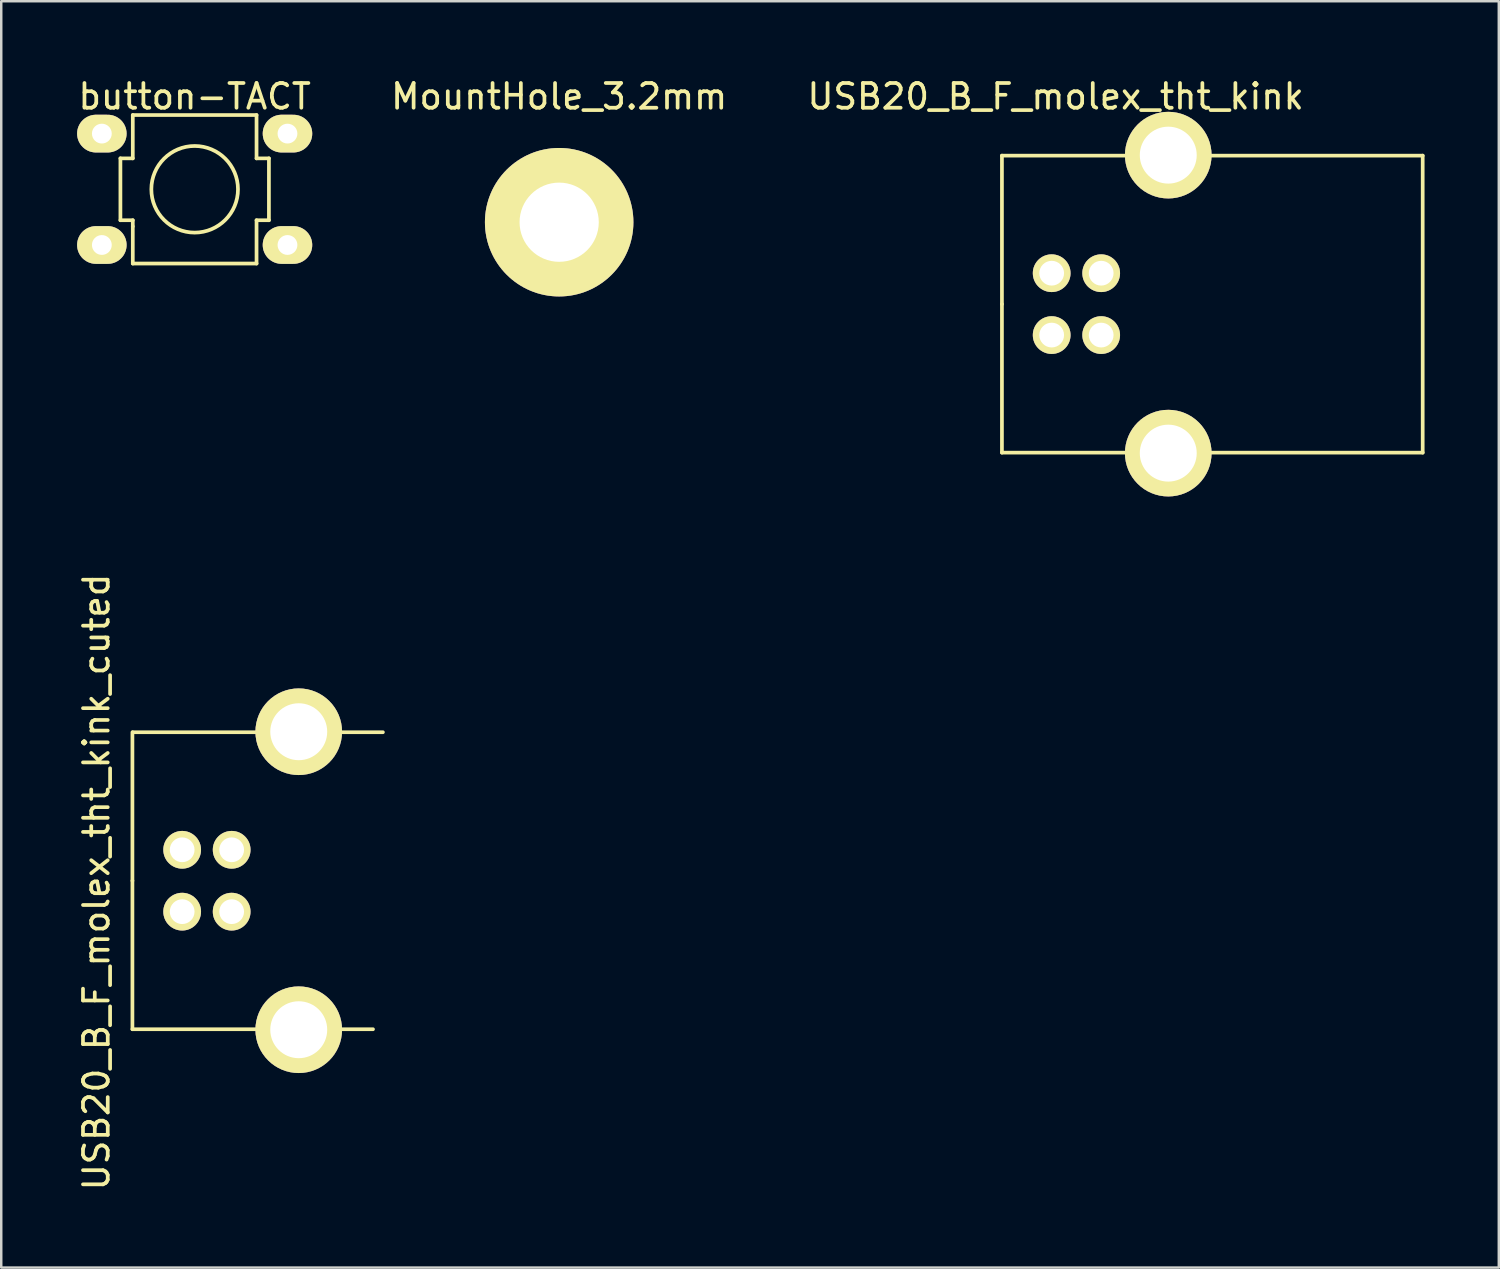
<source format=kicad_pcb>
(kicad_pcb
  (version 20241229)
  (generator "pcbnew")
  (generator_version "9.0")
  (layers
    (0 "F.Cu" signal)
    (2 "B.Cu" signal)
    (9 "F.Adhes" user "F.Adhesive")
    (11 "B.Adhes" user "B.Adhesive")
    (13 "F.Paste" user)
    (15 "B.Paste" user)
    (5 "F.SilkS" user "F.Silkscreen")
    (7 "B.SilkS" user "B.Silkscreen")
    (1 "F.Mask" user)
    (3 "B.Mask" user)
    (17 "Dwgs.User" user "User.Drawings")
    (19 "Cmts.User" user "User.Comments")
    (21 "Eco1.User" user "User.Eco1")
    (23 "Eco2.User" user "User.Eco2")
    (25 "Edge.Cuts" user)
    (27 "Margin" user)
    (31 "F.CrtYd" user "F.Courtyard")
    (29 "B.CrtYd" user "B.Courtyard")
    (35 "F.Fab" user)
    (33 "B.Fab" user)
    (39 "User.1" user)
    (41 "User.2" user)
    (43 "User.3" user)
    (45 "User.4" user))
  (footprint "button-TACT"
    (layer "F.Cu")
    (at 4.815 4.598)
    (property "Reference" "button-TACT" (at 0 -3.75 0) (layer "F.SilkS") (effects (font (size 1 1) (thickness 0.15))))
    (attr through_hole)
    (fp_line (start -3 -1.25) (end -3 1.25) (stroke (width 0.15) (type solid)) (layer "F.SilkS"))
    (fp_line (start -3 -1.25) (end -2.5 -1.25) (stroke (width 0.15) (type solid)) (layer "F.SilkS"))
    (fp_line (start -3 1.25) (end -2.5 1.25) (stroke (width 0.15) (type solid)) (layer "F.SilkS"))
    (fp_line (start -2.5 -3) (end 2.5 -3) (stroke (width 0.15) (type solid)) (layer "F.SilkS"))
    (fp_line (start -2.5 -1.25) (end -2.5 -3) (stroke (width 0.15) (type solid)) (layer "F.SilkS"))
    (fp_line (start -2.5 1.25) (end -2.5 1.5) (stroke (width 0.15) (type solid)) (layer "F.SilkS"))
    (fp_line (start -2.5 3) (end -2.5 1.5) (stroke (width 0.15) (type solid)) (layer "F.SilkS"))
    (fp_line (start 2.5 -3) (end 2.5 -1.25) (stroke (width 0.15) (type solid)) (layer "F.SilkS"))
    (fp_line (start 2.5 -1.25) (end 3 -1.25) (stroke (width 0.15) (type solid)) (layer "F.SilkS"))
    (fp_line (start 2.5 1.25) (end 2.5 3) (stroke (width 0.15) (type solid)) (layer "F.SilkS"))
    (fp_line (start 2.5 3) (end -2.5 3) (stroke (width 0.15) (type solid)) (layer "F.SilkS"))
    (fp_line (start 3 -1.25) (end 3 1.25) (stroke (width 0.15) (type solid)) (layer "F.SilkS"))
    (fp_line (start 3 1.25) (end 2.5 1.25) (stroke (width 0.15) (type solid)) (layer "F.SilkS"))
    (fp_circle (center 0 0) (end 0 -1.75) (stroke (width 0.15) (type solid)) (fill no) (layer "F.SilkS"))
    (pad "1" thru_hole oval (at -3.75 2.25 90) (size 1.524 2) (drill 0.8) (layers "*.Cu" "*.Mask" "F.SilkS"))
    (pad "1" thru_hole oval (at 3.75 2.25 90) (size 1.524 2) (drill 0.8) (layers "*.Cu" "*.Mask" "F.SilkS"))
    (pad "2" thru_hole oval (at -3.75 -2.25 90) (size 1.524 2) (drill 0.8) (layers "*.Cu" "*.Mask" "F.SilkS"))
    (pad "2" thru_hole oval (at 3.75 -2.25 90) (size 1.524 2) (drill 0.8) (layers "*.Cu" "*.Mask" "F.SilkS")))
  (footprint "USB20_B_F_molex_tht_kink_cuted"
    (layer "F.Cu")
    (at 9.02 32.534)
    (property "Reference" "USB20_B_F_molex_tht_kink_cuted" (at -8.172 0.052 90) (layer "F.SilkS") (effects (font (size 1 1) (thickness 0.15))))
    (attr through_hole)
    (fp_line (start -6.72 0) (end -6.72 -6) (stroke (width 0.15) (type solid)) (layer "F.SilkS"))
    (fp_line (start -6.72 6) (end -6.72 0) (stroke (width 0.15) (type solid)) (layer "F.SilkS"))
    (fp_line (start -6.7 -6) (end 3.4 -6) (stroke (width 0.15) (type solid)) (layer "F.SilkS"))
    (fp_line (start 3 6) (end -6.72 6) (stroke (width 0.15) (type solid)) (layer "F.SilkS"))
    (fp_line (start 3 -6) (end 10.28 -6) (stroke (width 0.15) (type solid)) (layer "Eco1.User"))
    (fp_line (start 3 6) (end 10.28 6) (stroke (width 0.15) (type solid)) (layer "Eco1.User"))
    (fp_line (start 10.28 6) (end 10.28 -6) (stroke (width 0.15) (type solid)) (layer "Eco1.User"))
    (pad "1" thru_hole circle (at -4.71 -1.25) (size 1.524 1.524) (drill 1) (layers "*.Cu" "*.Mask" "F.SilkS"))
    (pad "2" thru_hole circle (at -4.71 1.25) (size 1.524 1.524) (drill 1) (layers "*.Cu" "*.Mask" "F.SilkS"))
    (pad "3" thru_hole circle (at -2.71 1.25) (size 1.524 1.524) (drill 1) (layers "*.Cu" "*.Mask" "F.SilkS"))
    (pad "4" thru_hole circle (at -2.71 -1.25) (size 1.524 1.524) (drill 1) (layers "*.Cu" "*.Mask" "F.SilkS"))
    (pad "5" thru_hole circle (at 0 -6.02) (size 3.5 3.5) (drill 2.3) (layers "*.Cu" "*.Mask" "F.SilkS"))
    (pad "5" thru_hole circle (at 0 6.02) (size 3.5 3.5) (drill 2.3) (layers "*.Cu" "*.Mask" "F.SilkS")))
  (footprint "MountHole_3.2mm"
    (layer "F.Cu")
    (at 19.542 5.928)
    (property "Reference" "MountHole_3.2mm" (at 0 -5.08 0) (layer "F.SilkS") (effects (font (size 1 1) (thickness 0.15))))
    (attr through_hole)
    (pad "1" thru_hole circle (at 0 0) (size 5.999 5.999) (drill 3.2) (layers "*.Cu" "*.Mask" "F.SilkS")))
  (footprint "USB20_B_F_molex_tht_kink"
    (layer "F.Cu")
    (at 44.151 9.238)
    (property "Reference" "USB20_B_F_molex_tht_kink" (at -4.55 -8.39 0) (layer "F.SilkS") (effects (font (size 1 1) (thickness 0.15))))
    (attr through_hole)
    (fp_line (start -6.72 -6) (end 10.28 -6) (stroke (width 0.15) (type solid)) (layer "F.SilkS"))
    (fp_line (start -6.72 0) (end -6.72 -6) (stroke (width 0.15) (type solid)) (layer "F.SilkS"))
    (fp_line (start -6.72 6) (end -6.72 0) (stroke (width 0.15) (type solid)) (layer "F.SilkS"))
    (fp_line (start 10.28 -6) (end 10.28 6) (stroke (width 0.15) (type solid)) (layer "F.SilkS"))
    (fp_line (start 10.28 6) (end -6.72 6) (stroke (width 0.15) (type solid)) (layer "F.SilkS"))
    (pad "1" thru_hole circle (at -4.71 -1.25) (size 1.524 1.524) (drill 1) (layers "*.Cu" "*.Mask" "F.SilkS"))
    (pad "2" thru_hole circle (at -4.71 1.25) (size 1.524 1.524) (drill 1) (layers "*.Cu" "*.Mask" "F.SilkS"))
    (pad "3" thru_hole circle (at -2.71 1.25) (size 1.524 1.524) (drill 1) (layers "*.Cu" "*.Mask" "F.SilkS"))
    (pad "4" thru_hole circle (at -2.71 -1.25) (size 1.524 1.524) (drill 1) (layers "*.Cu" "*.Mask" "F.SilkS"))
    (pad "5" thru_hole circle (at 0 -6.02) (size 3.5 3.5) (drill 2.3) (layers "*.Cu" "*.Mask" "F.SilkS"))
    (pad "5" thru_hole circle (at 0 6.02) (size 3.5 3.5) (drill 2.3) (layers "*.Cu" "*.Mask" "F.SilkS")))
  (gr_rect
    (start -3 -3)
    (end 57.506 48.163)
    (stroke (width 0.1) (type default))
    (fill no)
    (layer "Edge.Cuts")))
</source>
